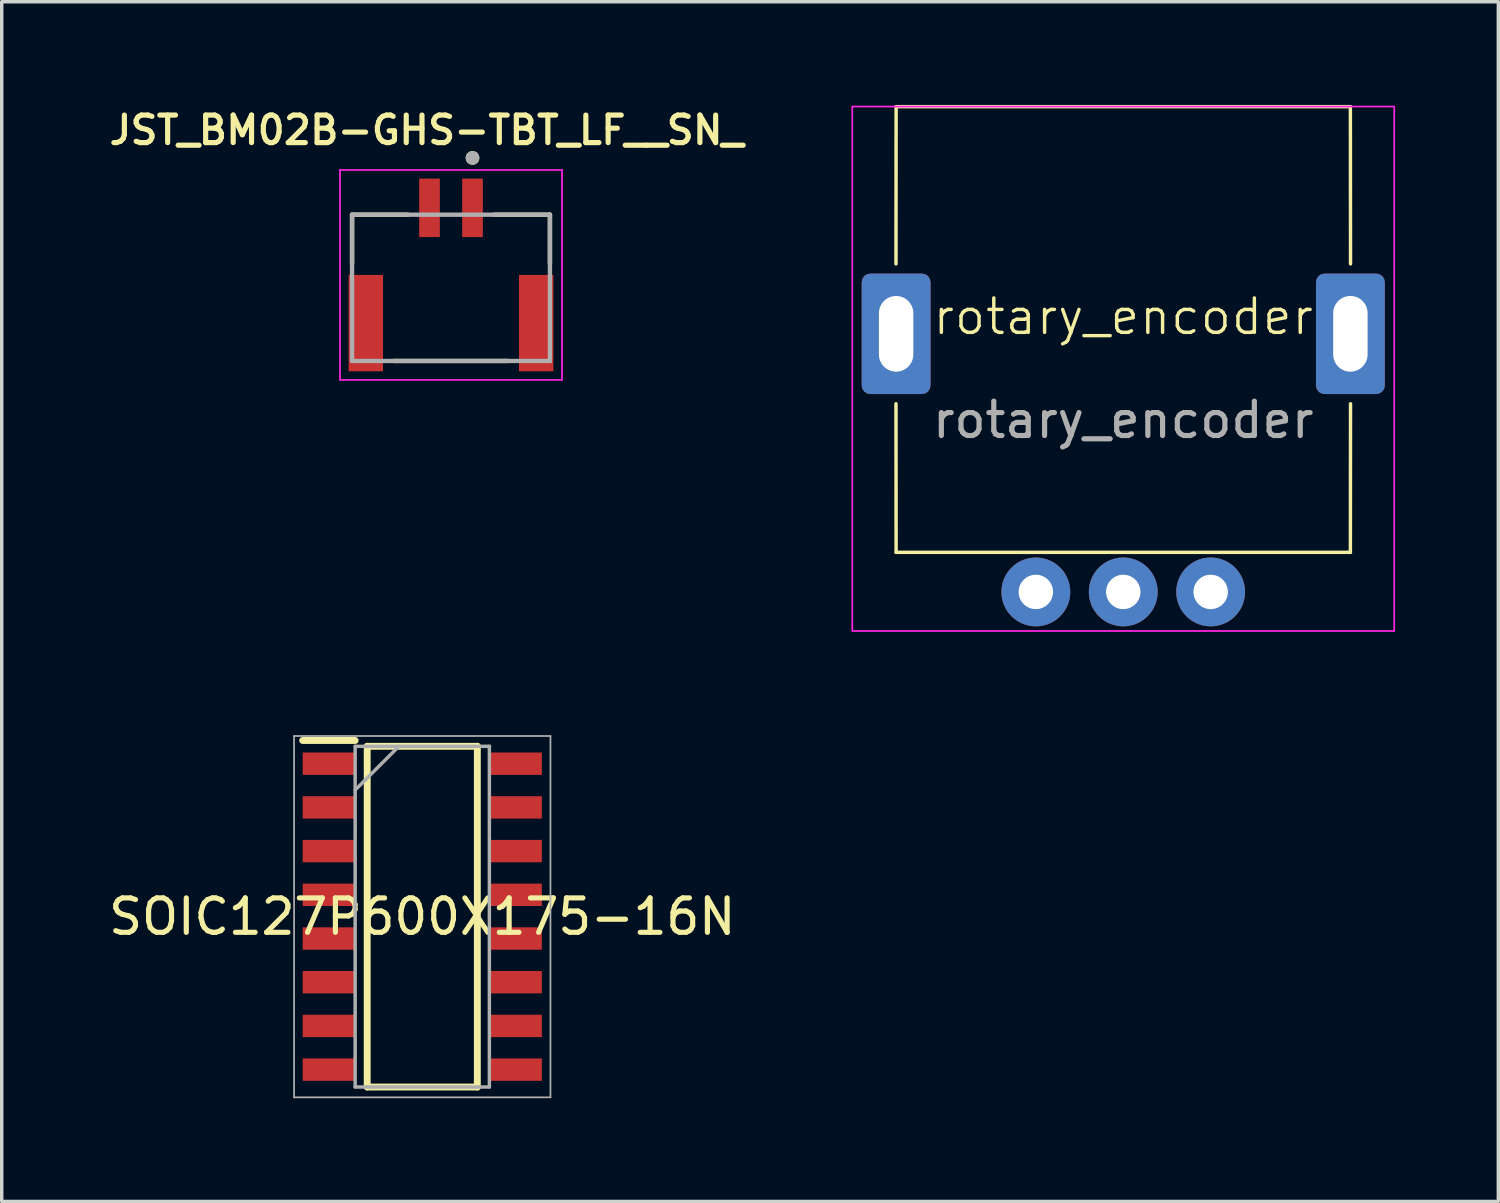
<source format=kicad_pcb>
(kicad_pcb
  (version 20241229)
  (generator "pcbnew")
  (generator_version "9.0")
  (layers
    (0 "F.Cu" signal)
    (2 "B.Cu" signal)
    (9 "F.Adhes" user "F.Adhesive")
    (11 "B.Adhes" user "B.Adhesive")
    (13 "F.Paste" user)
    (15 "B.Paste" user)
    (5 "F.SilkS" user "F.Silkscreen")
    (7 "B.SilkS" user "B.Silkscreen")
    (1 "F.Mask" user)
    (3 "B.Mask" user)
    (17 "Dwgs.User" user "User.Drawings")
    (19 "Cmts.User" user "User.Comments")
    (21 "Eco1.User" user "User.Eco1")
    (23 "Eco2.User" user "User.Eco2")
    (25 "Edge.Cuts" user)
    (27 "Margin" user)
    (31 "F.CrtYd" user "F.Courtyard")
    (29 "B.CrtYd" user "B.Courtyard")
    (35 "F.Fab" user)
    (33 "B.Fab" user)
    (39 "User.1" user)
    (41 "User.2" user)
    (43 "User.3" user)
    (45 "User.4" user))
  (footprint "SOIC127P600X175-16N"
    (layer "F.Cu")
    (at 9.22 23.586)
    (property "Reference" "SOIC127P600X175-16N" (at 0 0 0) (layer "F.SilkS") (effects (font (size 1 1) (thickness 0.15))))
    (attr smd)
    (fp_line (start -3.475 -5.12) (end -1.95 -5.12) (stroke (width 0.2) (type solid)) (layer "F.SilkS"))
    (fp_line (start -1.6 -4.95) (end 1.6 -4.95) (stroke (width 0.2) (type solid)) (layer "F.SilkS"))
    (fp_line (start -1.6 4.95) (end -1.6 -4.95) (stroke (width 0.2) (type solid)) (layer "F.SilkS"))
    (fp_line (start 1.6 -4.95) (end 1.6 4.95) (stroke (width 0.2) (type solid)) (layer "F.SilkS"))
    (fp_line (start 1.6 4.95) (end -1.6 4.95) (stroke (width 0.2) (type solid)) (layer "F.SilkS"))
    (fp_line (start -3.725 -5.25) (end 3.725 -5.25) (stroke (width 0.05) (type solid)) (layer "F.Fab"))
    (fp_line (start -3.725 5.25) (end -3.725 -5.25) (stroke (width 0.05) (type solid)) (layer "F.Fab"))
    (fp_line (start -1.95 -4.95) (end 1.95 -4.95) (stroke (width 0.1) (type solid)) (layer "F.Fab"))
    (fp_line (start -1.95 -3.68) (end -0.68 -4.95) (stroke (width 0.1) (type solid)) (layer "F.Fab"))
    (fp_line (start -1.95 4.95) (end -1.95 -4.95) (stroke (width 0.1) (type solid)) (layer "F.Fab"))
    (fp_line (start 1.95 -4.95) (end 1.95 4.95) (stroke (width 0.1) (type solid)) (layer "F.Fab"))
    (fp_line (start 1.95 4.95) (end -1.95 4.95) (stroke (width 0.1) (type solid)) (layer "F.Fab"))
    (fp_line (start 3.725 -5.25) (end 3.725 5.25) (stroke (width 0.05) (type solid)) (layer "F.Fab"))
    (fp_line (start 3.725 5.25) (end -3.725 5.25) (stroke (width 0.05) (type solid)) (layer "F.Fab"))
    (pad "1" smd rect (at -2.712 -4.445) (size 1.525 0.65) (layers "F.Cu" "F.Mask" "F.Paste"))
    (pad "2" smd rect (at -2.712 -3.175) (size 1.525 0.65) (layers "F.Cu" "F.Mask" "F.Paste"))
    (pad "3" smd rect (at -2.712 -1.905) (size 1.525 0.65) (layers "F.Cu" "F.Mask" "F.Paste"))
    (pad "4" smd rect (at -2.712 -0.635) (size 1.525 0.65) (layers "F.Cu" "F.Mask" "F.Paste"))
    (pad "5" smd rect (at -2.712 0.635) (size 1.525 0.65) (layers "F.Cu" "F.Mask" "F.Paste"))
    (pad "6" smd rect (at -2.712 1.905) (size 1.525 0.65) (layers "F.Cu" "F.Mask" "F.Paste"))
    (pad "7" smd rect (at -2.712 3.175) (size 1.525 0.65) (layers "F.Cu" "F.Mask" "F.Paste"))
    (pad "8" smd rect (at -2.712 4.445) (size 1.525 0.65) (layers "F.Cu" "F.Mask" "F.Paste"))
    (pad "9" smd rect (at 2.712 4.445) (size 1.525 0.65) (layers "F.Cu" "F.Mask" "F.Paste"))
    (pad "10" smd rect (at 2.712 3.175) (size 1.525 0.65) (layers "F.Cu" "F.Mask" "F.Paste"))
    (pad "11" smd rect (at 2.712 1.905) (size 1.525 0.65) (layers "F.Cu" "F.Mask" "F.Paste"))
    (pad "12" smd rect (at 2.712 0.635) (size 1.525 0.65) (layers "F.Cu" "F.Mask" "F.Paste"))
    (pad "13" smd rect (at 2.712 -0.635) (size 1.525 0.65) (layers "F.Cu" "F.Mask" "F.Paste"))
    (pad "14" smd rect (at 2.712 -1.905) (size 1.525 0.65) (layers "F.Cu" "F.Mask" "F.Paste"))
    (pad "15" smd rect (at 2.712 -3.175) (size 1.525 0.65) (layers "F.Cu" "F.Mask" "F.Paste"))
    (pad "16" smd rect (at 2.712 -4.445) (size 1.525 0.65) (layers "F.Cu" "F.Mask" "F.Paste")))
  (footprint "rotary_encoder"
    (layer "F.Cu")
    (at 29.589 6.65)
    (property "Reference" "rotary_encoder" (at 0 -0.5 0) (unlocked yes) (layer "F.SilkS") (effects (font (size 1 1) (thickness 0.1))))
    (attr through_hole)
    (fp_line (start -6.604 -2.032) (end -6.6 -6.6) (stroke (width 0.1) (type default)) (layer "F.SilkS"))
    (fp_line (start -6.6 -6.6) (end 6.6 -6.6) (stroke (width 0.1) (type default)) (layer "F.SilkS"))
    (fp_line (start -6.6 6.35) (end -6.604 2.032) (stroke (width 0.1) (type default)) (layer "F.SilkS"))
    (fp_line (start 6.6 -6.6) (end 6.604 -2.032) (stroke (width 0.1) (type default)) (layer "F.SilkS"))
    (fp_line (start 6.6 6.35) (end -6.6 6.35) (stroke (width 0.1) (type default)) (layer "F.SilkS"))
    (fp_line (start 6.604 2.032) (end 6.6 6.35) (stroke (width 0.1) (type default)) (layer "F.SilkS"))
    (fp_rect (start -7.874 -6.604) (end 7.874 8.636) (stroke (width 0.05) (type default)) (fill no) (layer "F.CrtYd"))
    (fp_text user "${REFERENCE}" (at 0 2.5 0) (unlocked yes) (layer "F.Fab") (effects (font (size 1 1) (thickness 0.15))))
    (pad "4" thru_hole roundrect (at -6.6 0) (size 2 3.5) (drill oval 1 2.2) (layers "*.Cu" "*.Mask") (roundrect_rratio 0.125))
    (pad "5" thru_hole roundrect (at 6.6 0) (size 2 3.5) (drill oval 1 2.2) (layers "*.Cu" "*.Mask") (roundrect_rratio 0.125))
    (pad "A" thru_hole circle (at -2.54 7.5) (size 2 2) (drill 1) (layers "*.Cu" "*.Mask"))
    (pad "B" thru_hole circle (at 2.54 7.5) (size 2 2) (drill 1) (layers "*.Cu" "*.Mask"))
    (pad "C" thru_hole circle (at 0 7.5) (size 2 2) (drill 1) (layers "*.Cu" "*.Mask")))
  (footprint "JST_BM02B-GHS-TBT_LF__SN_"
    (layer "F.Cu")
    (at 10.055 6.339)
    (property "Reference" "JST_BM02B-GHS-TBT_LF__SN_" (at -0.71 -5.608 0) (layer "F.SilkS") (effects (font (size 0.8 0.8) (thickness 0.15))))
    (attr smd)
    (fp_line (start -2.875 -3.15) (end -1.25 -3.15) (stroke (width 0.127) (type solid)) (layer "F.SilkS"))
    (fp_line (start -2.875 -1.72) (end -2.875 -3.15) (stroke (width 0.127) (type solid)) (layer "F.SilkS"))
    (fp_line (start -1.65 1.1) (end 1.65 1.1) (stroke (width 0.127) (type solid)) (layer "F.SilkS"))
    (fp_line (start 1.25 -3.15) (end 2.875 -3.15) (stroke (width 0.127) (type solid)) (layer "F.SilkS"))
    (fp_line (start 2.875 -1.72) (end 2.875 -3.15) (stroke (width 0.127) (type solid)) (layer "F.SilkS"))
    (fp_circle (center 0.625 -4.8) (end 0.725 -4.8) (stroke (width 0.2) (type solid)) (fill no) (layer "F.SilkS"))
    (fp_line (start -3.225 -4.45) (end 3.225 -4.45) (stroke (width 0.05) (type solid)) (layer "F.CrtYd"))
    (fp_line (start -3.225 1.65) (end -3.225 -4.45) (stroke (width 0.05) (type solid)) (layer "F.CrtYd"))
    (fp_line (start 3.225 -4.45) (end 3.225 1.65) (stroke (width 0.05) (type solid)) (layer "F.CrtYd"))
    (fp_line (start 3.225 1.65) (end -3.225 1.65) (stroke (width 0.05) (type solid)) (layer "F.CrtYd"))
    (fp_line (start -2.875 -3.15) (end 2.875 -3.15) (stroke (width 0.127) (type solid)) (layer "F.Fab"))
    (fp_line (start -2.875 1.1) (end -2.875 -3.15) (stroke (width 0.127) (type solid)) (layer "F.Fab"))
    (fp_line (start 2.875 -3.15) (end 2.875 1.1) (stroke (width 0.127) (type solid)) (layer "F.Fab"))
    (fp_line (start 2.875 1.1) (end -2.875 1.1) (stroke (width 0.127) (type solid)) (layer "F.Fab"))
    (fp_circle (center 0.625 -4.8) (end 0.725 -4.8) (stroke (width 0.2) (type solid)) (fill no) (layer "F.Fab"))
    (pad "1" smd rect (at -2.475 0) (size 1 2.8) (layers "F.Cu" "F.Mask" "F.Paste"))
    (pad "1" smd rect (at -0.625 -3.35) (size 0.6 1.7) (layers "F.Cu" "F.Mask" "F.Paste"))
    (pad "2" smd rect (at 0.625 -3.35) (size 0.6 1.7) (layers "F.Cu" "F.Mask" "F.Paste"))
    (pad "2" smd rect (at 2.475 0) (size 1 2.8) (layers "F.Cu" "F.Mask" "F.Paste")))
  (gr_rect
    (start -3 -3)
    (end 40.488 31.861)
    (stroke (width 0.1) (type default))
    (fill no)
    (layer "Edge.Cuts")))
</source>
